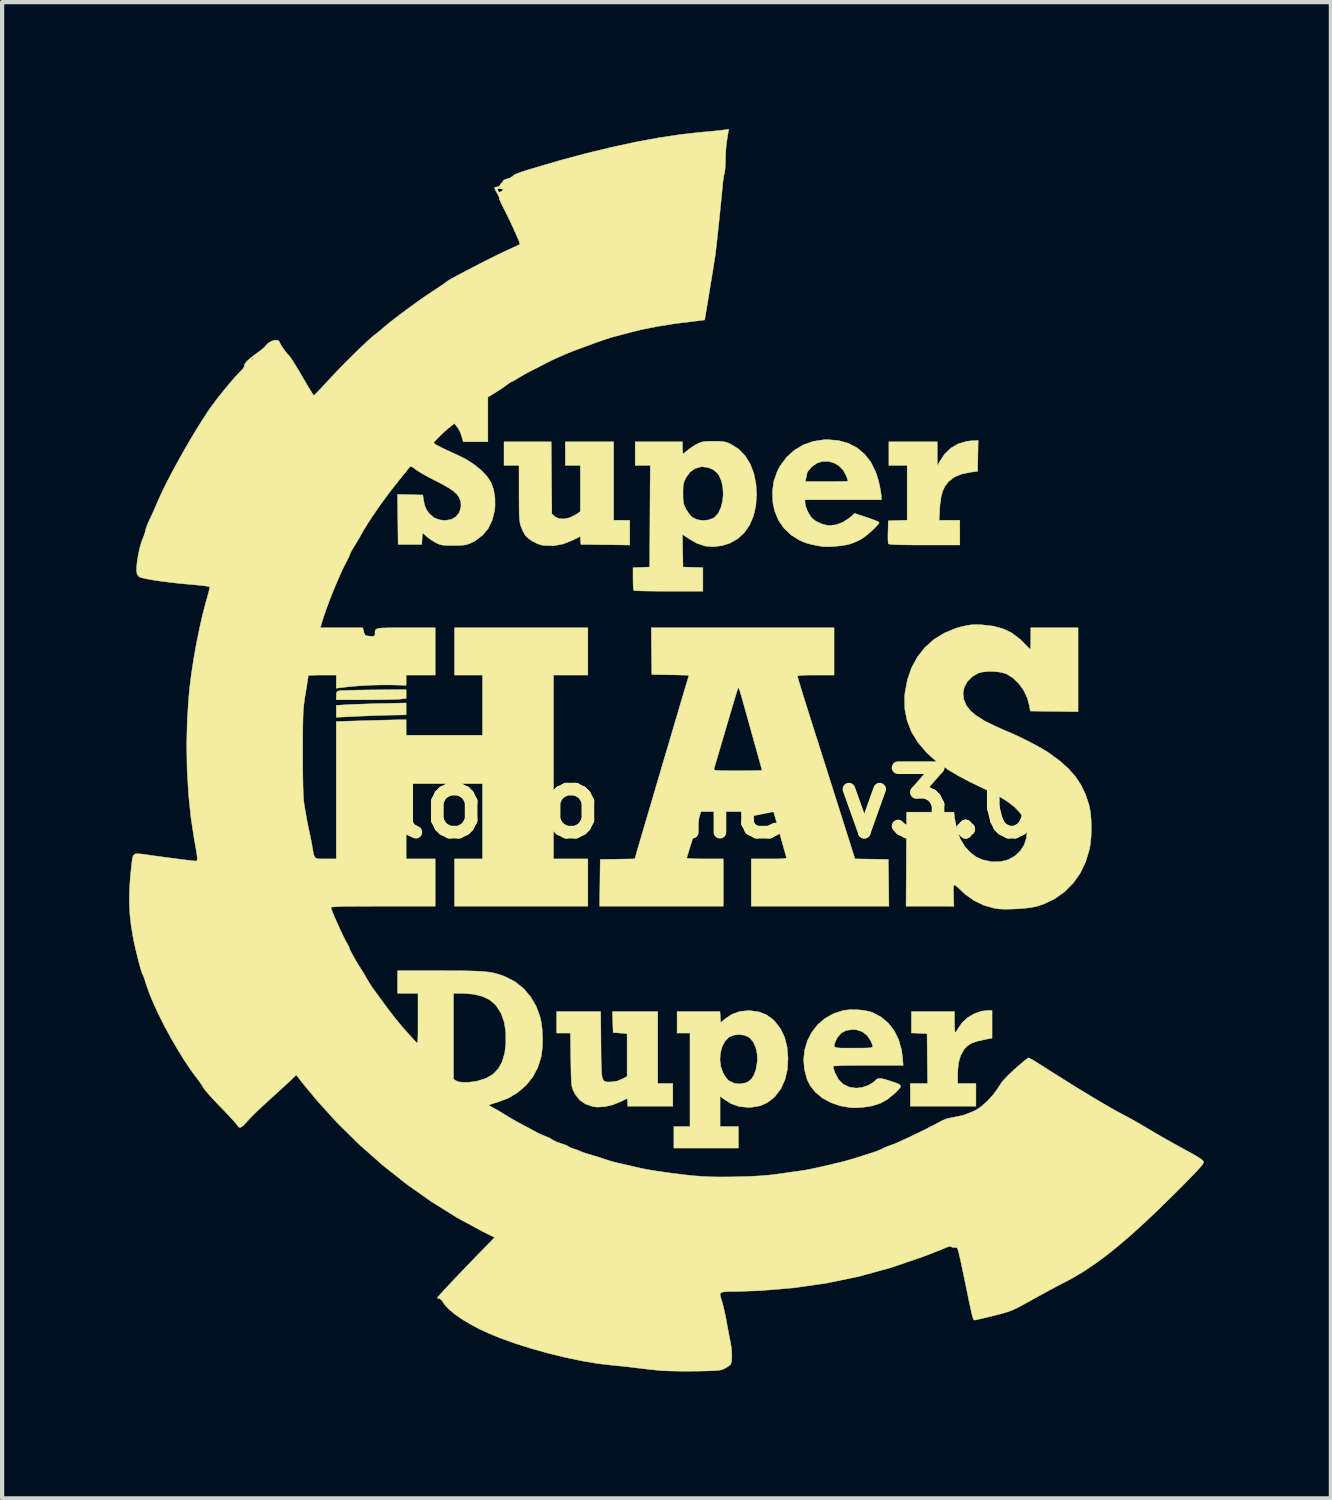
<source format=kicad_pcb>
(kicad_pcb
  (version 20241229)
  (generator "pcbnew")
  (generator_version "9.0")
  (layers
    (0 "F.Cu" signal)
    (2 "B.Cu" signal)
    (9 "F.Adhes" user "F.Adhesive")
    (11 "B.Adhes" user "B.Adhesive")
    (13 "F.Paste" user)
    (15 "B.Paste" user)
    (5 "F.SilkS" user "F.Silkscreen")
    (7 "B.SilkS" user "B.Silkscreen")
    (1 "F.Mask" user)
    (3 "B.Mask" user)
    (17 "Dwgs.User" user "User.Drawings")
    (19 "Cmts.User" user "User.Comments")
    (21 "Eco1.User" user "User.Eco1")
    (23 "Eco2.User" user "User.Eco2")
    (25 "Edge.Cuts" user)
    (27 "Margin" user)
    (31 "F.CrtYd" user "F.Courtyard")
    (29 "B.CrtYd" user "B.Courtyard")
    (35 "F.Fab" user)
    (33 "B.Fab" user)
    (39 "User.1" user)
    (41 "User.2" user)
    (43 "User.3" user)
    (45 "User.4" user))
  (footprint "logo me v3.0"
    (layer "F.Cu")
    (at 13.887 15.922)
    (property "Reference" "logo me v3.0" (at 0 0 0) (layer "F.SilkS") (effects (font (size 1.524 1.524) (thickness 0.3))))
    (attr through_hole)
    (fp_poly (pts (xy -7.341 -2.083) (xy -7.499 -2.08) (xy -7.804 -2.074) (xy -8.102 -2.065) (xy -8.416 -2.052) (xy -8.566 -2.045) (xy -8.992 -2.025) (xy -8.992 -2.307) (xy -8.757 -2.322) (xy -8.661 -2.327) (xy -8.525 -2.332) (xy -8.362 -2.338) (xy -8.181 -2.344) (xy -7.995 -2.349) (xy -7.931 -2.35) (xy -7.341 -2.363) (xy -7.341 -2.083)) (stroke (width 0.01) (type solid)) (fill yes) (layer "F.SilkS"))
    (fp_poly (pts (xy -7.341 -2.575) (xy -7.341 -2.471) (xy -7.474 -2.455) (xy -7.535 -2.451) (xy -7.639 -2.447) (xy -7.776 -2.443) (xy -7.94 -2.441) (xy -8.121 -2.439) (xy -8.299 -2.439) (xy -8.992 -2.438) (xy -8.992 -2.539) (xy -8.988 -2.604) (xy -8.969 -2.636) (xy -8.922 -2.651) (xy -8.909 -2.653) (xy -8.863 -2.656) (xy -8.773 -2.66) (xy -8.647 -2.664) (xy -8.492 -2.667) (xy -8.315 -2.67) (xy -8.124 -2.673) (xy -8.084 -2.673) (xy -7.341 -2.68) (xy -7.341 -2.575)) (stroke (width 0.01) (type solid)) (fill yes) (layer "F.SilkS"))
    (fp_poly (pts (xy 6.502 5.555) (xy 6.302 5.594) (xy 6.139 5.632) (xy 6.017 5.677) (xy 5.925 5.734) (xy 5.852 5.807) (xy 5.839 5.825) (xy 5.761 5.964) (xy 5.712 6.129) (xy 5.691 6.328) (xy 5.69 6.405) (xy 5.69 6.629) (xy 6.121 6.629) (xy 6.121 7.163) (xy 4.572 7.163) (xy 4.572 6.629) (xy 4.979 6.629) (xy 4.966 5.448) (xy 4.597 5.433) (xy 4.597 4.928) (xy 5.613 4.928) (xy 5.613 5.165) (xy 5.615 5.27) (xy 5.619 5.355) (xy 5.626 5.407) (xy 5.63 5.418) (xy 5.649 5.408) (xy 5.68 5.363) (xy 5.696 5.334) (xy 5.791 5.194) (xy 5.923 5.073) (xy 6.08 4.979) (xy 6.248 4.919) (xy 6.391 4.902) (xy 6.502 4.902) (xy 6.502 5.555)) (stroke (width 0.01) (type solid)) (fill yes) (layer "F.SilkS"))
    (fp_poly (pts (xy 6.167 -8.201) (xy 6.16 -7.836) (xy 6 -7.816) (xy 5.789 -7.774) (xy 5.617 -7.703) (xy 5.483 -7.602) (xy 5.465 -7.583) (xy 5.39 -7.485) (xy 5.335 -7.37) (xy 5.297 -7.229) (xy 5.273 -7.053) (xy 5.265 -6.941) (xy 5.251 -6.68) (xy 5.74 -6.68) (xy 5.74 -6.096) (xy 4.901 -6.096) (xy 4.664 -6.096) (xy 4.474 -6.098) (xy 4.325 -6.1) (xy 4.213 -6.103) (xy 4.134 -6.108) (xy 4.083 -6.115) (xy 4.057 -6.123) (xy 4.05 -6.13) (xy 4.045 -6.168) (xy 4.042 -6.245) (xy 4.042 -6.347) (xy 4.044 -6.415) (xy 4.051 -6.668) (xy 4.496 -6.682) (xy 4.496 -7.976) (xy 4.064 -7.976) (xy 4.064 -8.534) (xy 5.207 -8.534) (xy 5.208 -8.249) (xy 5.209 -7.963) (xy 5.263 -8.065) (xy 5.384 -8.247) (xy 5.535 -8.39) (xy 5.71 -8.49) (xy 5.908 -8.546) (xy 6 -8.556) (xy 6.174 -8.566) (xy 6.167 -8.201)) (stroke (width 0.01) (type solid)) (fill yes) (layer "F.SilkS"))
    (fp_poly (pts (xy -3.907 -7.681) (xy -3.899 -6.828) (xy -3.828 -6.767) (xy -3.737 -6.721) (xy -3.623 -6.711) (xy -3.494 -6.736) (xy -3.362 -6.794) (xy -3.3 -6.834) (xy -3.226 -6.887) (xy -3.226 -7.976) (xy -3.581 -7.976) (xy -3.581 -8.534) (xy -2.438 -8.534) (xy -2.438 -6.68) (xy -2.057 -6.68) (xy -2.057 -6.095) (xy -2.635 -6.102) (xy -3.213 -6.109) (xy -3.221 -6.204) (xy -3.229 -6.298) (xy -3.399 -6.213) (xy -3.627 -6.121) (xy -3.849 -6.078) (xy -4.071 -6.083) (xy -4.143 -6.094) (xy -4.244 -6.128) (xy -4.355 -6.184) (xy -4.455 -6.253) (xy -4.518 -6.314) (xy -4.557 -6.375) (xy -4.599 -6.462) (xy -4.622 -6.518) (xy -4.638 -6.564) (xy -4.65 -6.613) (xy -4.659 -6.669) (xy -4.666 -6.742) (xy -4.67 -6.838) (xy -4.672 -6.963) (xy -4.673 -7.126) (xy -4.674 -7.316) (xy -4.674 -7.976) (xy -5.029 -7.976) (xy -5.029 -8.534) (xy -3.914 -8.534) (xy -3.907 -7.681)) (stroke (width 0.01) (type solid)) (fill yes) (layer "F.SilkS"))
    (fp_poly (pts (xy -2.738 5.714) (xy -2.736 5.948) (xy -2.733 6.137) (xy -2.729 6.284) (xy -2.721 6.396) (xy -2.71 6.476) (xy -2.692 6.531) (xy -2.668 6.565) (xy -2.635 6.583) (xy -2.593 6.59) (xy -2.54 6.591) (xy -2.507 6.591) (xy -2.362 6.572) (xy -2.247 6.526) (xy -2.121 6.461) (xy -2.121 5.448) (xy -2.451 5.423) (xy -2.466 4.928) (xy -1.397 4.928) (xy -1.397 6.629) (xy -1.041 6.629) (xy -1.041 7.163) (xy -2.108 7.163) (xy -2.108 7.074) (xy -2.112 7.015) (xy -2.12 6.986) (xy -2.122 6.985) (xy -2.15 6.996) (xy -2.209 7.023) (xy -2.28 7.058) (xy -2.463 7.132) (xy -2.65 7.175) (xy -2.827 7.185) (xy -2.934 7.171) (xy -3.105 7.112) (xy -3.241 7.018) (xy -3.345 6.885) (xy -3.371 6.836) (xy -3.393 6.791) (xy -3.41 6.75) (xy -3.423 6.706) (xy -3.432 6.651) (xy -3.438 6.579) (xy -3.443 6.483) (xy -3.446 6.354) (xy -3.449 6.187) (xy -3.451 6.064) (xy -3.46 5.436) (xy -3.785 5.436) (xy -3.785 4.928) (xy -2.745 4.928) (xy -2.738 5.714)) (stroke (width 0.01) (type solid)) (fill yes) (layer "F.SilkS"))
    (fp_poly (pts (xy 0.8 4.908) (xy 1 4.937) (xy 1.171 5.004) (xy 1.322 5.113) (xy 1.368 5.158) (xy 1.504 5.334) (xy 1.601 5.537) (xy 1.66 5.77) (xy 1.681 6.033) (xy 1.665 6.301) (xy 1.608 6.54) (xy 1.513 6.75) (xy 1.378 6.929) (xy 1.342 6.965) (xy 1.191 7.08) (xy 1.024 7.154) (xy 0.831 7.188) (xy 0.731 7.192) (xy 0.528 7.171) (xy 0.342 7.107) (xy 0.165 6.996) (xy 0.076 6.928) (xy 0.076 7.645) (xy 0.508 7.645) (xy 0.508 8.153) (xy -1.016 8.153) (xy -1.016 7.645) (xy -0.635 7.645) (xy -0.635 6.069) (xy 0.073 6.069) (xy 0.093 6.228) (xy 0.146 6.375) (xy 0.146 6.376) (xy 0.196 6.459) (xy 0.25 6.53) (xy 0.283 6.561) (xy 0.405 6.62) (xy 0.541 6.638) (xy 0.674 6.614) (xy 0.737 6.586) (xy 0.814 6.524) (xy 0.872 6.436) (xy 0.919 6.311) (xy 0.93 6.269) (xy 0.957 6.098) (xy 0.952 5.929) (xy 0.918 5.774) (xy 0.857 5.642) (xy 0.772 5.545) (xy 0.759 5.535) (xy 0.653 5.487) (xy 0.526 5.47) (xy 0.399 5.484) (xy 0.29 5.53) (xy 0.283 5.535) (xy 0.191 5.629) (xy 0.124 5.758) (xy 0.084 5.908) (xy 0.073 6.069) (xy -0.635 6.069) (xy -0.635 5.436) (xy -0.94 5.436) (xy -0.94 4.928) (xy 0.074 4.928) (xy 0.081 5.058) (xy 0.089 5.189) (xy 0.197 5.098) (xy 0.36 4.99) (xy 0.539 4.926) (xy 0.74 4.906) (xy 0.8 4.908)) (stroke (width 0.01) (type solid)) (fill yes) (layer "F.SilkS"))
    (fp_poly (pts (xy 0.049 -8.546) (xy 0.139 -8.54) (xy 0.208 -8.527) (xy 0.272 -8.505) (xy 0.335 -8.476) (xy 0.517 -8.359) (xy 0.668 -8.204) (xy 0.787 -8.012) (xy 0.873 -7.789) (xy 0.924 -7.535) (xy 0.939 -7.29) (xy 0.92 -7.021) (xy 0.864 -6.779) (xy 0.773 -6.567) (xy 0.649 -6.388) (xy 0.493 -6.244) (xy 0.309 -6.139) (xy 0.121 -6.08) (xy -0.089 -6.054) (xy -0.283 -6.071) (xy -0.469 -6.134) (xy -0.647 -6.235) (xy -0.814 -6.346) (xy -0.8 -5.575) (xy -0.33 -5.561) (xy -0.33 -5.004) (xy -1.139 -5.004) (xy -1.337 -5.004) (xy -1.518 -5.006) (xy -1.677 -5.008) (xy -1.806 -5.011) (xy -1.901 -5.015) (xy -1.955 -5.018) (xy -1.964 -5.021) (xy -1.971 -5.052) (xy -1.977 -5.122) (xy -1.98 -5.22) (xy -1.981 -5.299) (xy -1.981 -5.56) (xy -1.587 -5.575) (xy -1.581 -6.775) (xy -1.578 -7.315) (xy -0.8 -7.315) (xy -0.799 -7.198) (xy -0.792 -7.114) (xy -0.778 -7.05) (xy -0.751 -6.988) (xy -0.724 -6.936) (xy -0.671 -6.853) (xy -0.615 -6.782) (xy -0.579 -6.748) (xy -0.47 -6.696) (xy -0.34 -6.675) (xy -0.206 -6.686) (xy -0.088 -6.728) (xy -0.055 -6.75) (xy 0.03 -6.842) (xy 0.093 -6.97) (xy 0.133 -7.121) (xy 0.15 -7.284) (xy 0.142 -7.449) (xy 0.11 -7.604) (xy 0.052 -7.737) (xy 0.012 -7.794) (xy -0.087 -7.876) (xy -0.211 -7.928) (xy -0.343 -7.944) (xy -0.386 -7.94) (xy -0.522 -7.899) (xy -0.631 -7.821) (xy -0.72 -7.701) (xy -0.726 -7.69) (xy -0.761 -7.622) (xy -0.783 -7.561) (xy -0.795 -7.492) (xy -0.8 -7.399) (xy -0.8 -7.315) (xy -1.578 -7.315) (xy -1.574 -7.976) (xy -1.93 -7.976) (xy -1.93 -8.534) (xy -0.813 -8.534) (xy -0.813 -8.395) (xy -0.81 -8.318) (xy -0.804 -8.267) (xy -0.797 -8.255) (xy -0.77 -8.27) (xy -0.721 -8.309) (xy -0.695 -8.331) (xy -0.62 -8.388) (xy -0.527 -8.448) (xy -0.475 -8.477) (xy -0.41 -8.509) (xy -0.351 -8.53) (xy -0.283 -8.541) (xy -0.192 -8.546) (xy -0.076 -8.547) (xy 0.049 -8.546)) (stroke (width 0.01) (type solid)) (fill yes) (layer "F.SilkS"))
    (fp_poly (pts (xy 3.324 4.884) (xy 3.499 4.904) (xy 3.651 4.941) (xy 3.683 4.952) (xy 3.884 5.059) (xy 4.054 5.204) (xy 4.193 5.385) (xy 4.297 5.598) (xy 4.364 5.84) (xy 4.387 6.013) (xy 4.402 6.198) (xy 3.572 6.198) (xy 3.336 6.198) (xy 3.135 6.2) (xy 2.972 6.204) (xy 2.85 6.209) (xy 2.773 6.214) (xy 2.743 6.221) (xy 2.743 6.222) (xy 2.752 6.258) (xy 2.773 6.324) (xy 2.794 6.382) (xy 2.874 6.532) (xy 2.984 6.642) (xy 3.123 6.711) (xy 3.289 6.736) (xy 3.301 6.736) (xy 3.439 6.718) (xy 3.577 6.671) (xy 3.695 6.601) (xy 3.744 6.556) (xy 3.78 6.524) (xy 3.821 6.508) (xy 3.878 6.509) (xy 3.959 6.526) (xy 4.075 6.561) (xy 4.134 6.581) (xy 4.247 6.619) (xy 4.316 6.651) (xy 4.343 6.684) (xy 4.329 6.727) (xy 4.276 6.788) (xy 4.185 6.875) (xy 4.028 7.003) (xy 3.86 7.095) (xy 3.671 7.156) (xy 3.45 7.191) (xy 3.391 7.196) (xy 3.29 7.2) (xy 3.196 7.2) (xy 3.15 7.197) (xy 2.907 7.154) (xy 2.685 7.076) (xy 2.49 6.968) (xy 2.326 6.831) (xy 2.201 6.672) (xy 2.133 6.533) (xy 2.069 6.296) (xy 2.05 6.059) (xy 2.075 5.83) (xy 2.108 5.723) (xy 2.77 5.723) (xy 2.774 5.753) (xy 2.801 5.773) (xy 2.857 5.785) (xy 2.947 5.79) (xy 3.077 5.791) (xy 3.226 5.791) (xy 3.39 5.791) (xy 3.511 5.789) (xy 3.594 5.785) (xy 3.645 5.779) (xy 3.673 5.769) (xy 3.683 5.756) (xy 3.683 5.752) (xy 3.668 5.691) (xy 3.63 5.61) (xy 3.578 5.529) (xy 3.547 5.49) (xy 3.435 5.403) (xy 3.298 5.358) (xy 3.213 5.352) (xy 3.063 5.372) (xy 2.944 5.431) (xy 2.853 5.533) (xy 2.808 5.62) (xy 2.783 5.679) (xy 2.77 5.723) (xy 2.108 5.723) (xy 2.141 5.613) (xy 2.244 5.414) (xy 2.382 5.238) (xy 2.553 5.091) (xy 2.752 4.978) (xy 2.977 4.904) (xy 2.992 4.901) (xy 3.148 4.882) (xy 3.324 4.884)) (stroke (width 0.01) (type solid)) (fill yes) (layer "F.SilkS"))
    (fp_poly (pts (xy 2.877 -8.563) (xy 3.11 -8.497) (xy 3.316 -8.389) (xy 3.493 -8.24) (xy 3.639 -8.052) (xy 3.751 -7.826) (xy 3.781 -7.742) (xy 3.817 -7.616) (xy 3.849 -7.48) (xy 3.873 -7.352) (xy 3.885 -7.248) (xy 3.886 -7.222) (xy 3.886 -7.163) (xy 2.083 -7.163) (xy 2.083 -7.093) (xy 2.098 -7.011) (xy 2.136 -6.91) (xy 2.188 -6.811) (xy 2.243 -6.734) (xy 2.336 -6.661) (xy 2.458 -6.601) (xy 2.59 -6.563) (xy 2.68 -6.554) (xy 2.826 -6.575) (xy 2.98 -6.636) (xy 3.125 -6.729) (xy 3.16 -6.758) (xy 3.256 -6.842) (xy 3.546 -6.747) (xy 3.658 -6.708) (xy 3.75 -6.673) (xy 3.812 -6.645) (xy 3.835 -6.628) (xy 3.835 -6.628) (xy 3.817 -6.593) (xy 3.767 -6.535) (xy 3.696 -6.464) (xy 3.612 -6.388) (xy 3.526 -6.316) (xy 3.446 -6.257) (xy 3.402 -6.229) (xy 3.297 -6.177) (xy 3.181 -6.131) (xy 3.116 -6.111) (xy 3.016 -6.091) (xy 2.891 -6.074) (xy 2.758 -6.061) (xy 2.632 -6.055) (xy 2.53 -6.056) (xy 2.489 -6.06) (xy 2.334 -6.088) (xy 2.216 -6.114) (xy 2.122 -6.139) (xy 2.042 -6.168) (xy 1.961 -6.205) (xy 1.958 -6.206) (xy 1.753 -6.332) (xy 1.584 -6.494) (xy 1.453 -6.685) (xy 1.364 -6.903) (xy 1.324 -7.095) (xy 1.313 -7.362) (xy 1.345 -7.595) (xy 2.088 -7.595) (xy 2.593 -7.595) (xy 2.747 -7.595) (xy 2.883 -7.596) (xy 2.991 -7.598) (xy 3.065 -7.601) (xy 3.098 -7.604) (xy 3.099 -7.604) (xy 3.091 -7.632) (xy 3.072 -7.69) (xy 3.06 -7.724) (xy 2.989 -7.86) (xy 2.888 -7.965) (xy 2.766 -8.036) (xy 2.632 -8.072) (xy 2.495 -8.071) (xy 2.363 -8.029) (xy 2.246 -7.946) (xy 2.225 -7.924) (xy 2.174 -7.864) (xy 2.14 -7.819) (xy 2.133 -7.804) (xy 2.127 -7.769) (xy 2.114 -7.706) (xy 2.11 -7.69) (xy 2.088 -7.595) (xy 1.345 -7.595) (xy 1.347 -7.608) (xy 1.428 -7.838) (xy 1.491 -7.958) (xy 1.644 -8.165) (xy 1.827 -8.333) (xy 2.038 -8.46) (xy 2.273 -8.544) (xy 2.529 -8.583) (xy 2.618 -8.585) (xy 2.877 -8.563)) (stroke (width 0.01) (type solid)) (fill yes) (layer "F.SilkS"))
    (fp_poly (pts (xy 6.254 -4.21) (xy 6.274 -4.209) (xy 6.536 -4.179) (xy 6.766 -4.116) (xy 6.969 -4.017) (xy 7.154 -3.877) (xy 7.241 -3.793) (xy 7.311 -3.721) (xy 7.367 -3.666) (xy 7.401 -3.636) (xy 7.406 -3.632) (xy 7.411 -3.656) (xy 7.414 -3.719) (xy 7.416 -3.812) (xy 7.417 -3.886) (xy 7.417 -4.14) (xy 8.534 -4.14) (xy 8.534 -2.158) (xy 7.97 -2.165) (xy 7.405 -2.172) (xy 7.384 -2.299) (xy 7.333 -2.486) (xy 7.247 -2.664) (xy 7.133 -2.822) (xy 6.999 -2.952) (xy 6.852 -3.044) (xy 6.8 -3.065) (xy 6.681 -3.093) (xy 6.54 -3.108) (xy 6.395 -3.107) (xy 6.265 -3.093) (xy 6.169 -3.066) (xy 6.028 -2.981) (xy 5.919 -2.869) (xy 5.846 -2.74) (xy 5.818 -2.602) (xy 5.817 -2.591) (xy 5.835 -2.443) (xy 5.891 -2.308) (xy 5.987 -2.183) (xy 6.128 -2.063) (xy 6.315 -1.947) (xy 6.439 -1.883) (xy 6.562 -1.824) (xy 6.681 -1.769) (xy 6.783 -1.723) (xy 6.845 -1.697) (xy 6.991 -1.635) (xy 7.159 -1.557) (xy 7.337 -1.469) (xy 7.512 -1.378) (xy 7.672 -1.289) (xy 7.803 -1.211) (xy 7.848 -1.181) (xy 8.1 -0.996) (xy 8.306 -0.812) (xy 8.474 -0.622) (xy 8.608 -0.418) (xy 8.714 -0.193) (xy 8.793 0.047) (xy 8.823 0.198) (xy 8.842 0.382) (xy 8.848 0.584) (xy 8.842 0.787) (xy 8.823 0.976) (xy 8.804 1.088) (xy 8.715 1.387) (xy 8.586 1.656) (xy 8.42 1.893) (xy 8.218 2.096) (xy 7.983 2.262) (xy 7.716 2.39) (xy 7.569 2.439) (xy 7.458 2.463) (xy 7.313 2.483) (xy 7.148 2.498) (xy 6.977 2.506) (xy 6.815 2.509) (xy 6.674 2.504) (xy 6.568 2.491) (xy 6.566 2.49) (xy 6.304 2.415) (xy 6.075 2.305) (xy 5.868 2.157) (xy 5.771 2.067) (xy 5.684 1.985) (xy 5.627 1.942) (xy 5.6 1.939) (xy 5.598 1.942) (xy 5.593 1.982) (xy 5.59 2.059) (xy 5.591 2.159) (xy 5.592 2.208) (xy 5.601 2.439) (xy 4.47 2.438) (xy 4.483 0.216) (xy 5.6 0.216) (xy 5.619 0.367) (xy 5.669 0.625) (xy 5.749 0.846) (xy 5.861 1.032) (xy 5.986 1.168) (xy 6.125 1.273) (xy 6.278 1.342) (xy 6.459 1.382) (xy 6.517 1.389) (xy 6.709 1.385) (xy 6.885 1.338) (xy 7.039 1.254) (xy 7.166 1.137) (xy 7.26 0.993) (xy 7.314 0.825) (xy 7.327 0.687) (xy 7.309 0.527) (xy 7.257 0.378) (xy 7.168 0.236) (xy 7.039 0.1) (xy 6.868 -0.033) (xy 6.653 -0.166) (xy 6.391 -0.301) (xy 6.303 -0.342) (xy 5.985 -0.495) (xy 5.71 -0.64) (xy 5.473 -0.781) (xy 5.267 -0.923) (xy 5.087 -1.069) (xy 4.953 -1.195) (xy 4.752 -1.43) (xy 4.599 -1.679) (xy 4.496 -1.941) (xy 4.441 -2.216) (xy 4.436 -2.506) (xy 4.444 -2.603) (xy 4.503 -2.915) (xy 4.602 -3.199) (xy 4.741 -3.454) (xy 4.917 -3.676) (xy 5.128 -3.864) (xy 5.374 -4.016) (xy 5.652 -4.13) (xy 5.779 -4.166) (xy 5.902 -4.194) (xy 6.008 -4.209) (xy 6.118 -4.214) (xy 6.254 -4.21)) (stroke (width 0.01) (type solid)) (fill yes) (layer "F.SilkS"))
    (fp_poly (pts (xy 2.769 -3.023) (xy 2.337 -3.023) (xy 2.171 -3.022) (xy 2.05 -3.019) (xy 1.969 -3.013) (xy 1.923 -3.005) (xy 1.905 -2.993) (xy 1.905 -2.991) (xy 1.912 -2.96) (xy 1.934 -2.887) (xy 1.968 -2.775) (xy 2.012 -2.63) (xy 2.066 -2.457) (xy 2.127 -2.261) (xy 2.195 -2.047) (xy 2.244 -1.892) (xy 2.333 -1.612) (xy 2.433 -1.298) (xy 2.539 -0.964) (xy 2.647 -0.624) (xy 2.752 -0.292) (xy 2.851 0.018) (xy 2.923 0.247) (xy 3.263 1.32) (xy 4.051 1.333) (xy 4.065 2.438) (xy 0.813 2.438) (xy 0.813 1.321) (xy 1.234 1.321) (xy 1.389 1.32) (xy 1.5 1.319) (xy 1.574 1.315) (xy 1.618 1.309) (xy 1.639 1.299) (xy 1.643 1.285) (xy 1.641 1.276) (xy 1.63 1.239) (xy 1.608 1.161) (xy 1.577 1.05) (xy 1.539 0.915) (xy 1.496 0.762) (xy 1.484 0.718) (xy 1.34 0.203) (xy -0.377 0.203) (xy -0.419 0.348) (xy -0.442 0.423) (xy -0.476 0.534) (xy -0.518 0.669) (xy -0.563 0.815) (xy -0.586 0.888) (xy -0.628 1.022) (xy -0.664 1.138) (xy -0.692 1.23) (xy -0.708 1.287) (xy -0.711 1.302) (xy -0.687 1.308) (xy -0.621 1.313) (xy -0.52 1.318) (xy -0.393 1.32) (xy -0.279 1.321) (xy 0.152 1.321) (xy 0.152 2.438) (xy -2.77 2.438) (xy -2.763 1.886) (xy -2.756 1.333) (xy -2.346 1.327) (xy -1.936 1.32) (xy -1.911 1.225) (xy -1.896 1.172) (xy -1.87 1.08) (xy -1.834 0.957) (xy -1.791 0.811) (xy -1.744 0.652) (xy -1.732 0.61) (xy -1.673 0.412) (xy -1.608 0.19) (xy -1.541 -0.037) (xy -1.479 -0.249) (xy -1.436 -0.394) (xy -1.382 -0.577) (xy -1.323 -0.777) (xy -1.319 -0.792) (xy -0.068 -0.792) (xy -0.058 -0.781) (xy -0.031 -0.773) (xy 0.019 -0.768) (xy 0.099 -0.765) (xy 0.213 -0.763) (xy 0.368 -0.762) (xy 0.494 -0.762) (xy 0.658 -0.762) (xy 0.804 -0.764) (xy 0.925 -0.766) (xy 1.012 -0.768) (xy 1.06 -0.771) (xy 1.067 -0.772) (xy 1.06 -0.799) (xy 1.042 -0.867) (xy 1.014 -0.969) (xy 0.978 -1.097) (xy 0.937 -1.245) (xy 0.926 -1.287) (xy 0.871 -1.481) (xy 0.811 -1.697) (xy 0.75 -1.917) (xy 0.693 -2.121) (xy 0.658 -2.247) (xy 0.611 -2.415) (xy 0.575 -2.541) (xy 0.549 -2.628) (xy 0.53 -2.683) (xy 0.516 -2.712) (xy 0.507 -2.72) (xy 0.5 -2.716) (xy 0.491 -2.689) (xy 0.47 -2.622) (xy 0.439 -2.521) (xy 0.401 -2.396) (xy 0.361 -2.261) (xy 0.319 -2.119) (xy 0.271 -1.957) (xy 0.219 -1.781) (xy 0.166 -1.6) (xy 0.113 -1.42) (xy 0.063 -1.249) (xy 0.018 -1.096) (xy -0.02 -0.967) (xy -0.049 -0.87) (xy -0.065 -0.812) (xy -0.067 -0.806) (xy -0.068 -0.792) (xy -1.319 -0.792) (xy -1.265 -0.975) (xy -1.212 -1.153) (xy -1.181 -1.257) (xy -1.138 -1.402) (xy -1.085 -1.581) (xy -1.027 -1.779) (xy -0.967 -1.981) (xy -0.91 -2.174) (xy -0.903 -2.197) (xy -0.854 -2.366) (xy -0.806 -2.526) (xy -0.764 -2.668) (xy -0.73 -2.783) (xy -0.706 -2.862) (xy -0.7 -2.883) (xy -0.678 -2.955) (xy -0.664 -3.004) (xy -0.661 -3.016) (xy -0.685 -3.018) (xy -0.751 -3.021) (xy -0.852 -3.023) (xy -0.979 -3.026) (xy -1.099 -3.028) (xy -1.537 -3.035) (xy -1.544 -3.588) (xy -1.55 -4.14) (xy 2.769 -4.14) (xy 2.769 -3.023)) (stroke (width 0.01) (type solid)) (fill yes) (layer "F.SilkS"))
    (fp_poly (pts (xy 0.267 -15.839) (xy 0.256 -15.77) (xy 0.241 -15.676) (xy 0.23 -15.608) (xy 0.219 -15.514) (xy 0.21 -15.389) (xy 0.205 -15.256) (xy 0.204 -15.197) (xy 0.201 -15.079) (xy 0.194 -14.975) (xy 0.184 -14.897) (xy 0.177 -14.87) (xy 0.164 -14.817) (xy 0.15 -14.728) (xy 0.137 -14.615) (xy 0.128 -14.519) (xy 0.119 -14.419) (xy 0.106 -14.285) (xy 0.09 -14.125) (xy 0.072 -13.948) (xy 0.053 -13.763) (xy 0.033 -13.577) (xy 0.014 -13.399) (xy -0.003 -13.238) (xy -0.019 -13.103) (xy -0.031 -13.001) (xy -0.038 -12.941) (xy -0.05 -12.866) (xy -0.068 -12.757) (xy -0.089 -12.621) (xy -0.114 -12.466) (xy -0.142 -12.299) (xy -0.17 -12.128) (xy -0.197 -11.959) (xy -0.223 -11.801) (xy -0.246 -11.661) (xy -0.266 -11.545) (xy -0.28 -11.462) (xy -0.287 -11.418) (xy -0.288 -11.413) (xy -0.313 -11.409) (xy -0.378 -11.401) (xy -0.472 -11.389) (xy -0.546 -11.381) (xy -0.993 -11.325) (xy -1.395 -11.261) (xy -1.75 -11.191) (xy -1.994 -11.132) (xy -2.125 -11.097) (xy -2.256 -11.063) (xy -2.369 -11.033) (xy -2.426 -11.019) (xy -2.52 -10.992) (xy -2.651 -10.949) (xy -2.822 -10.89) (xy -3.034 -10.813) (xy -3.291 -10.718) (xy -3.389 -10.681) (xy -3.516 -10.63) (xy -3.662 -10.568) (xy -3.81 -10.502) (xy -3.942 -10.439) (xy -4.026 -10.396) (xy -4.082 -10.367) (xy -4.17 -10.322) (xy -4.273 -10.27) (xy -4.323 -10.245) (xy -4.44 -10.185) (xy -4.558 -10.12) (xy -4.658 -10.062) (xy -4.684 -10.046) (xy -4.759 -10) (xy -4.817 -9.968) (xy -4.844 -9.957) (xy -4.874 -9.942) (xy -4.929 -9.905) (xy -4.971 -9.874) (xy -5.049 -9.818) (xy -5.149 -9.751) (xy -5.244 -9.69) (xy -5.41 -9.589) (xy -5.41 -8.534) (xy -5.991 -8.534) (xy -6.031 -8.672) (xy -6.066 -8.767) (xy -6.112 -8.853) (xy -6.137 -8.888) (xy -6.202 -8.966) (xy -6.27 -8.914) (xy -6.35 -8.848) (xy -6.437 -8.772) (xy -6.522 -8.693) (xy -6.597 -8.619) (xy -6.655 -8.557) (xy -6.687 -8.516) (xy -6.69 -8.505) (xy -6.659 -8.48) (xy -6.589 -8.44) (xy -6.488 -8.388) (xy -6.367 -8.33) (xy -6.231 -8.268) (xy -6.162 -8.238) (xy -5.939 -8.128) (xy -5.736 -7.998) (xy -5.562 -7.857) (xy -5.424 -7.708) (xy -5.336 -7.574) (xy -5.276 -7.41) (xy -5.243 -7.218) (xy -5.241 -7.013) (xy -5.251 -6.91) (xy -5.307 -6.684) (xy -5.401 -6.489) (xy -5.534 -6.327) (xy -5.705 -6.198) (xy -5.78 -6.158) (xy -5.85 -6.126) (xy -5.912 -6.105) (xy -5.979 -6.093) (xy -6.066 -6.087) (xy -6.186 -6.085) (xy -6.223 -6.084) (xy -6.353 -6.085) (xy -6.445 -6.089) (xy -6.513 -6.099) (xy -6.569 -6.116) (xy -6.627 -6.143) (xy -6.644 -6.151) (xy -6.734 -6.205) (xy -6.821 -6.267) (xy -6.856 -6.297) (xy -6.908 -6.344) (xy -6.942 -6.372) (xy -6.948 -6.375) (xy -6.954 -6.352) (xy -6.961 -6.294) (xy -6.965 -6.242) (xy -6.972 -6.109) (xy -7.531 -6.109) (xy -7.538 -6.7) (xy -7.545 -7.291) (xy -7.246 -7.284) (xy -6.947 -7.277) (xy -6.931 -7.163) (xy -6.904 -7.033) (xy -6.862 -6.932) (xy -6.795 -6.839) (xy -6.782 -6.824) (xy -6.676 -6.736) (xy -6.544 -6.688) (xy -6.416 -6.676) (xy -6.28 -6.698) (xy -6.169 -6.759) (xy -6.09 -6.854) (xy -6.049 -6.976) (xy -6.045 -7.034) (xy -6.054 -7.129) (xy -6.085 -7.214) (xy -6.141 -7.294) (xy -6.228 -7.373) (xy -6.351 -7.455) (xy -6.514 -7.546) (xy -6.641 -7.611) (xy -6.774 -7.679) (xy -6.901 -7.748) (xy -7.012 -7.813) (xy -7.092 -7.864) (xy -7.107 -7.875) (xy -7.178 -7.927) (xy -7.22 -7.95) (xy -7.246 -7.95) (xy -7.267 -7.929) (xy -7.269 -7.926) (xy -7.296 -7.891) (xy -7.348 -7.825) (xy -7.421 -7.735) (xy -7.507 -7.628) (xy -7.567 -7.553) (xy -7.706 -7.376) (xy -7.851 -7.182) (xy -7.996 -6.98) (xy -8.132 -6.782) (xy -8.254 -6.596) (xy -8.353 -6.434) (xy -8.393 -6.363) (xy -8.453 -6.256) (xy -8.518 -6.146) (xy -8.572 -6.058) (xy -8.621 -5.977) (xy -8.659 -5.904) (xy -8.673 -5.867) (xy -8.695 -5.813) (xy -8.734 -5.732) (xy -8.778 -5.648) (xy -8.838 -5.53) (xy -8.909 -5.375) (xy -8.987 -5.194) (xy -9.068 -4.999) (xy -9.147 -4.8) (xy -9.218 -4.609) (xy -9.279 -4.436) (xy -9.323 -4.299) (xy -9.369 -4.14) (xy -8.366 -4.14) (xy -8.342 -4.045) (xy -8.325 -3.987) (xy -8.299 -3.958) (xy -8.248 -3.946) (xy -8.198 -3.942) (xy -8.125 -3.939) (xy -8.09 -3.948) (xy -8.078 -3.973) (xy -8.077 -3.997) (xy -8.077 -4.039) (xy -8.074 -4.071) (xy -8.061 -4.096) (xy -8.034 -4.114) (xy -7.988 -4.126) (xy -7.915 -4.134) (xy -7.812 -4.138) (xy -7.673 -4.14) (xy -7.492 -4.14) (xy -7.351 -4.14) (xy -6.655 -4.14) (xy -6.655 -3.023) (xy -7.341 -3.023) (xy -7.341 -2.902) (xy -7.341 -2.781) (xy -7.715 -2.79) (xy -7.935 -2.79) (xy -8.181 -2.783) (xy -8.434 -2.769) (xy -8.674 -2.75) (xy -8.881 -2.726) (xy -8.992 -2.711) (xy -8.992 -3.023) (xy -9.322 -3.023) (xy -9.445 -3.022) (xy -9.547 -3.019) (xy -9.619 -3.016) (xy -9.651 -3.012) (xy -9.652 -3.011) (xy -9.656 -2.983) (xy -9.667 -2.914) (xy -9.683 -2.812) (xy -9.703 -2.686) (xy -9.718 -2.598) (xy -9.735 -2.493) (xy -9.748 -2.4) (xy -9.759 -2.312) (xy -9.768 -2.221) (xy -9.774 -2.121) (xy -9.778 -2.005) (xy -9.781 -1.867) (xy -9.783 -1.7) (xy -9.784 -1.496) (xy -9.785 -1.25) (xy -9.785 -1.206) (xy -9.784 -0.902) (xy -9.782 -0.635) (xy -9.778 -0.41) (xy -9.772 -0.229) (xy -9.765 -0.094) (xy -9.756 -0.013) (xy -9.731 0.149) (xy -9.701 0.32) (xy -9.671 0.483) (xy -9.642 0.624) (xy -9.625 0.699) (xy -9.609 0.773) (xy -9.588 0.877) (xy -9.567 0.991) (xy -9.563 1.013) (xy -9.542 1.141) (xy -9.523 1.228) (xy -9.5 1.281) (xy -9.464 1.309) (xy -9.407 1.32) (xy -9.319 1.321) (xy -9.244 1.321) (xy -8.992 1.321) (xy -8.992 -1.925) (xy -8.363 -1.944) (xy -8.176 -1.949) (xy -7.994 -1.954) (xy -7.828 -1.959) (xy -7.686 -1.962) (xy -7.579 -1.965) (xy -7.537 -1.966) (xy -7.341 -1.968) (xy -7.341 -1.784) (xy -7.341 -1.6) (xy -5.537 -1.6) (xy -5.537 -3.023) (xy -6.198 -3.023) (xy -6.198 -4.14) (xy -3.048 -4.14) (xy -3.048 -3.023) (xy -3.861 -3.023) (xy -3.861 1.321) (xy -3.048 1.321) (xy -3.048 2.438) (xy -6.198 2.438) (xy -6.198 1.321) (xy -5.537 1.321) (xy -5.537 -0.457) (xy -7.341 -0.457) (xy -7.341 1.321) (xy -6.655 1.321) (xy -6.655 2.438) (xy -7.887 2.438) (xy -8.181 2.439) (xy -8.428 2.44) (xy -8.631 2.441) (xy -8.794 2.443) (xy -8.92 2.447) (xy -9.011 2.451) (xy -9.073 2.456) (xy -9.107 2.462) (xy -9.119 2.47) (xy -9.119 2.47) (xy -9.108 2.507) (xy -9.08 2.58) (xy -9.039 2.679) (xy -8.988 2.796) (xy -8.932 2.92) (xy -8.876 3.042) (xy -8.824 3.151) (xy -8.78 3.24) (xy -8.748 3.297) (xy -8.745 3.302) (xy -8.708 3.365) (xy -8.688 3.415) (xy -8.687 3.424) (xy -8.674 3.457) (xy -8.641 3.524) (xy -8.592 3.613) (xy -8.535 3.715) (xy -8.473 3.818) (xy -8.414 3.913) (xy -8.382 3.962) (xy -8.345 4.021) (xy -8.298 4.102) (xy -8.269 4.153) (xy -8.214 4.247) (xy -8.152 4.343) (xy -8.125 4.381) (xy -7.969 4.596) (xy -7.837 4.776) (xy -7.722 4.929) (xy -7.618 5.063) (xy -7.52 5.184) (xy -7.421 5.301) (xy -7.316 5.421) (xy -7.199 5.55) (xy -7.107 5.651) (xy -7.093 5.665) (xy -7.082 5.667) (xy -7.074 5.653) (xy -7.068 5.616) (xy -7.064 5.552) (xy -7.062 5.454) (xy -7.061 5.317) (xy -7.061 5.136) (xy -7.061 5.098) (xy -7.061 4.496) (xy -7.544 4.496) (xy -7.544 3.962) (xy -6.539 3.962) (xy -6.257 3.963) (xy -6.02 3.964) (xy -5.822 3.968) (xy -5.657 3.973) (xy -5.52 3.982) (xy -5.405 3.993) (xy -5.306 4.009) (xy -5.218 4.029) (xy -5.133 4.055) (xy -5.048 4.085) (xy -4.98 4.112) (xy -4.759 4.229) (xy -4.564 4.386) (xy -4.4 4.579) (xy -4.27 4.801) (xy -4.179 5.047) (xy -4.152 5.165) (xy -4.127 5.357) (xy -4.117 5.568) (xy -4.123 5.775) (xy -4.144 5.96) (xy -4.151 5.997) (xy -4.229 6.246) (xy -4.35 6.473) (xy -4.511 6.673) (xy -4.707 6.842) (xy -4.934 6.976) (xy -5.189 7.072) (xy -5.216 7.079) (xy -5.3 7.104) (xy -5.36 7.125) (xy -5.385 7.139) (xy -5.385 7.139) (xy -5.364 7.159) (xy -5.315 7.186) (xy -5.315 7.186) (xy -5.249 7.22) (xy -5.169 7.266) (xy -5.144 7.281) (xy -4.913 7.422) (xy -4.712 7.538) (xy -4.559 7.62) (xy -4.455 7.675) (xy -4.35 7.731) (xy -4.268 7.776) (xy -4.267 7.777) (xy -4.176 7.823) (xy -4.082 7.863) (xy -4.051 7.874) (xy -3.97 7.907) (xy -3.898 7.947) (xy -3.889 7.954) (xy -3.83 7.988) (xy -3.744 8.023) (xy -3.685 8.043) (xy -3.601 8.07) (xy -3.533 8.099) (xy -3.505 8.116) (xy -3.453 8.146) (xy -3.391 8.168) (xy -3.309 8.194) (xy -3.243 8.222) (xy -3.18 8.248) (xy -3.09 8.279) (xy -3.001 8.305) (xy -2.884 8.339) (xy -2.751 8.381) (xy -2.654 8.414) (xy -2.541 8.451) (xy -2.423 8.485) (xy -2.337 8.506) (xy -2.236 8.528) (xy -2.136 8.551) (xy -2.095 8.56) (xy -1.933 8.598) (xy -1.795 8.629) (xy -1.67 8.655) (xy -1.544 8.677) (xy -1.406 8.699) (xy -1.244 8.722) (xy -1.045 8.749) (xy -1.016 8.752) (xy -0.766 8.784) (xy -0.548 8.807) (xy -0.348 8.822) (xy -0.15 8.832) (xy 0.061 8.835) (xy 0.298 8.834) (xy 0.457 8.831) (xy 0.759 8.823) (xy 1.018 8.809) (xy 1.242 8.791) (xy 1.435 8.767) (xy 1.584 8.746) (xy 1.735 8.724) (xy 1.87 8.705) (xy 1.973 8.691) (xy 1.981 8.69) (xy 2.063 8.678) (xy 2.155 8.661) (xy 2.265 8.639) (xy 2.398 8.61) (xy 2.562 8.573) (xy 2.764 8.525) (xy 2.921 8.487) (xy 3.049 8.454) (xy 3.197 8.412) (xy 3.34 8.369) (xy 3.378 8.357) (xy 3.492 8.319) (xy 3.599 8.285) (xy 3.681 8.259) (xy 3.708 8.251) (xy 3.787 8.222) (xy 3.879 8.183) (xy 3.913 8.167) (xy 4.005 8.125) (xy 4.1 8.088) (xy 4.128 8.079) (xy 4.196 8.054) (xy 4.3 8.009) (xy 4.431 7.949) (xy 4.581 7.879) (xy 4.741 7.802) (xy 4.902 7.723) (xy 5.055 7.646) (xy 5.192 7.574) (xy 5.304 7.514) (xy 5.309 7.511) (xy 5.413 7.466) (xy 5.536 7.435) (xy 5.575 7.429) (xy 5.82 7.378) (xy 6.057 7.288) (xy 6.134 7.248) (xy 6.259 7.162) (xy 6.391 7.043) (xy 6.518 6.905) (xy 6.625 6.762) (xy 6.662 6.704) (xy 6.719 6.616) (xy 6.793 6.525) (xy 6.892 6.423) (xy 7.023 6.301) (xy 7.048 6.279) (xy 7.15 6.189) (xy 7.24 6.113) (xy 7.31 6.056) (xy 7.354 6.024) (xy 7.363 6.02) (xy 7.393 6.033) (xy 7.457 6.068) (xy 7.544 6.121) (xy 7.647 6.186) (xy 7.656 6.191) (xy 7.965 6.388) (xy 8.265 6.576) (xy 8.551 6.754) (xy 8.82 6.917) (xy 9.066 7.064) (xy 9.285 7.191) (xy 9.472 7.297) (xy 9.623 7.377) (xy 9.659 7.395) (xy 9.73 7.433) (xy 9.834 7.491) (xy 9.96 7.563) (xy 10.098 7.643) (xy 10.206 7.707) (xy 10.367 7.803) (xy 10.556 7.912) (xy 10.755 8.024) (xy 10.944 8.129) (xy 11.049 8.186) (xy 11.21 8.274) (xy 11.331 8.343) (xy 11.415 8.396) (xy 11.469 8.436) (xy 11.496 8.466) (xy 11.502 8.481) (xy 11.496 8.503) (xy 11.474 8.54) (xy 11.431 8.593) (xy 11.366 8.667) (xy 11.275 8.764) (xy 11.156 8.887) (xy 11.006 9.039) (xy 10.822 9.224) (xy 10.816 9.229) (xy 10.443 9.596) (xy 10.098 9.923) (xy 9.776 10.215) (xy 9.474 10.473) (xy 9.19 10.7) (xy 8.92 10.898) (xy 8.661 11.071) (xy 8.41 11.22) (xy 8.217 11.322) (xy 8.116 11.374) (xy 7.982 11.445) (xy 7.827 11.529) (xy 7.661 11.619) (xy 7.495 11.71) (xy 7.463 11.728) (xy 7.301 11.819) (xy 7.172 11.888) (xy 7.068 11.942) (xy 6.979 11.983) (xy 6.893 12.015) (xy 6.802 12.044) (xy 6.695 12.074) (xy 6.562 12.108) (xy 6.543 12.112) (xy 6.402 12.147) (xy 6.277 12.177) (xy 6.177 12.2) (xy 6.111 12.214) (xy 6.088 12.217) (xy 6.077 12.215) (xy 6.066 12.203) (xy 6.054 12.179) (xy 6.041 12.135) (xy 6.023 12.069) (xy 6.002 11.974) (xy 5.974 11.845) (xy 5.939 11.679) (xy 5.896 11.47) (xy 5.878 11.379) (xy 5.844 11.216) (xy 5.809 11.051) (xy 5.777 10.898) (xy 5.75 10.773) (xy 5.736 10.714) (xy 5.712 10.61) (xy 5.693 10.545) (xy 5.674 10.512) (xy 5.651 10.5) (xy 5.618 10.502) (xy 5.562 10.498) (xy 5.533 10.482) (xy 5.5 10.476) (xy 5.427 10.498) (xy 5.368 10.522) (xy 5.29 10.555) (xy 5.178 10.6) (xy 5.044 10.653) (xy 4.902 10.708) (xy 4.85 10.727) (xy 4.107 10.98) (xy 3.357 11.186) (xy 2.595 11.344) (xy 1.817 11.456) (xy 1.021 11.522) (xy 0.495 11.541) (xy 0.333 11.543) (xy 0.216 11.546) (xy 0.138 11.554) (xy 0.094 11.571) (xy 0.077 11.602) (xy 0.081 11.65) (xy 0.102 11.721) (xy 0.13 11.811) (xy 0.156 11.908) (xy 0.185 12.036) (xy 0.214 12.174) (xy 0.229 12.255) (xy 0.253 12.392) (xy 0.28 12.533) (xy 0.304 12.656) (xy 0.316 12.713) (xy 0.338 12.843) (xy 0.351 12.975) (xy 0.354 13.096) (xy 0.346 13.195) (xy 0.328 13.258) (xy 0.324 13.265) (xy 0.282 13.301) (xy 0.216 13.344) (xy 0.185 13.36) (xy 0.147 13.378) (xy 0.107 13.392) (xy 0.056 13.402) (xy -0.013 13.409) (xy -0.106 13.415) (xy -0.231 13.418) (xy -0.396 13.422) (xy -0.5 13.423) (xy -0.686 13.425) (xy -0.871 13.424) (xy -1.045 13.421) (xy -1.195 13.417) (xy -1.31 13.411) (xy -1.333 13.409) (xy -1.469 13.395) (xy -1.632 13.378) (xy -1.796 13.359) (xy -1.892 13.347) (xy -2.048 13.328) (xy -2.222 13.309) (xy -2.386 13.292) (xy -2.472 13.284) (xy -2.81 13.245) (xy -3.181 13.183) (xy -3.573 13.101) (xy -3.974 13.003) (xy -4.374 12.892) (xy -4.761 12.77) (xy -5.122 12.64) (xy -5.368 12.54) (xy -5.603 12.432) (xy -5.822 12.316) (xy -6.021 12.196) (xy -6.192 12.077) (xy -6.329 11.963) (xy -6.428 11.857) (xy -6.465 11.801) (xy -6.508 11.741) (xy -6.551 11.711) (xy -6.559 11.709) (xy -6.597 11.7) (xy -6.604 11.689) (xy -6.587 11.665) (xy -6.538 11.61) (xy -6.462 11.527) (xy -6.363 11.42) (xy -6.244 11.293) (xy -6.109 11.151) (xy -5.962 10.998) (xy -5.808 10.838) (xy -5.651 10.675) (xy -5.493 10.514) (xy -5.466 10.486) (xy -5.25 10.266) (xy -5.54 10.121) (xy -6.143 9.794) (xy -6.741 9.421) (xy -7.328 9.007) (xy -7.898 8.555) (xy -8.445 8.072) (xy -8.964 7.561) (xy -9.45 7.027) (xy -9.758 6.653) (xy -9.862 6.522) (xy -6.223 6.522) (xy -6.166 6.561) (xy -6.092 6.589) (xy -5.981 6.601) (xy -5.845 6.597) (xy -5.695 6.576) (xy -5.639 6.564) (xy -5.444 6.5) (xy -5.285 6.405) (xy -5.161 6.275) (xy -5.071 6.11) (xy -5.012 5.907) (xy -4.986 5.69) (xy -4.987 5.416) (xy -5.024 5.177) (xy -5.099 4.969) (xy -5.212 4.791) (xy -5.236 4.762) (xy -5.367 4.651) (xy -5.539 4.569) (xy -5.75 4.518) (xy -6 4.497) (xy -6.052 4.496) (xy -6.223 4.496) (xy -6.223 6.522) (xy -9.862 6.522) (xy -9.937 6.425) (xy -10.08 6.562) (xy -10.145 6.623) (xy -10.239 6.71) (xy -10.353 6.814) (xy -10.478 6.928) (xy -10.604 7.042) (xy -10.73 7.157) (xy -10.851 7.271) (xy -10.958 7.376) (xy -11.044 7.464) (xy -11.099 7.526) (xy -11.1 7.527) (xy -11.183 7.618) (xy -11.249 7.663) (xy -11.296 7.661) (xy -11.321 7.626) (xy -11.343 7.595) (xy -11.395 7.535) (xy -11.472 7.45) (xy -11.568 7.347) (xy -11.677 7.233) (xy -11.71 7.199) (xy -11.825 7.08) (xy -11.931 6.967) (xy -12.02 6.867) (xy -12.087 6.788) (xy -12.125 6.737) (xy -12.129 6.729) (xy -12.17 6.662) (xy -12.229 6.577) (xy -12.278 6.511) (xy -12.427 6.311) (xy -12.583 6.079) (xy -12.741 5.823) (xy -12.898 5.553) (xy -13.048 5.276) (xy -13.186 5.002) (xy -13.308 4.739) (xy -13.409 4.496) (xy -13.485 4.282) (xy -13.501 4.229) (xy -13.527 4.144) (xy -13.552 4.078) (xy -13.567 4.049) (xy -13.584 4.01) (xy -13.609 3.932) (xy -13.64 3.822) (xy -13.675 3.689) (xy -13.711 3.544) (xy -13.746 3.395) (xy -13.777 3.251) (xy -13.791 3.18) (xy -13.839 2.898) (xy -13.869 2.623) (xy -13.882 2.343) (xy -13.878 2.048) (xy -13.856 1.725) (xy -13.822 1.404) (xy -13.808 1.304) (xy -13.788 1.241) (xy -13.751 1.207) (xy -13.69 1.198) (xy -13.593 1.206) (xy -13.519 1.216) (xy -13.386 1.235) (xy -13.233 1.256) (xy -13.07 1.278) (xy -12.903 1.3) (xy -12.742 1.321) (xy -12.595 1.34) (xy -12.47 1.355) (xy -12.376 1.366) (xy -12.321 1.371) (xy -12.313 1.372) (xy -12.294 1.368) (xy -12.281 1.355) (xy -12.276 1.324) (xy -12.279 1.271) (xy -12.29 1.188) (xy -12.309 1.07) (xy -12.338 0.909) (xy -12.347 0.86) (xy -12.426 0.344) (xy -12.482 -0.206) (xy -12.516 -0.779) (xy -12.526 -1.363) (xy -12.513 -1.945) (xy -12.476 -2.515) (xy -12.458 -2.7) (xy -12.417 -3.035) (xy -12.363 -3.391) (xy -12.299 -3.755) (xy -12.226 -4.114) (xy -12.149 -4.453) (xy -12.069 -4.76) (xy -12.042 -4.851) (xy -12.013 -4.955) (xy -11.993 -5.041) (xy -11.985 -5.096) (xy -11.986 -5.11) (xy -12.015 -5.118) (xy -12.087 -5.128) (xy -12.193 -5.141) (xy -12.325 -5.154) (xy -12.476 -5.167) (xy -12.484 -5.168) (xy -12.699 -5.188) (xy -12.908 -5.211) (xy -13.105 -5.236) (xy -13.283 -5.262) (xy -13.434 -5.288) (xy -13.552 -5.313) (xy -13.631 -5.335) (xy -13.652 -5.346) (xy -13.696 -5.403) (xy -13.71 -5.477) (xy -13.709 -5.581) (xy -13.694 -5.717) (xy -13.669 -5.867) (xy -13.637 -6.015) (xy -13.602 -6.143) (xy -13.575 -6.216) (xy -13.537 -6.311) (xy -13.508 -6.401) (xy -13.497 -6.45) (xy -13.478 -6.518) (xy -13.442 -6.61) (xy -13.399 -6.705) (xy -13.349 -6.808) (xy -13.292 -6.936) (xy -13.236 -7.063) (xy -13.224 -7.094) (xy -13.141 -7.281) (xy -13.034 -7.502) (xy -12.908 -7.747) (xy -12.769 -8.007) (xy -12.62 -8.275) (xy -12.466 -8.542) (xy -12.314 -8.797) (xy -12.166 -9.034) (xy -12.03 -9.244) (xy -11.969 -9.332) (xy -11.875 -9.46) (xy -11.765 -9.603) (xy -11.646 -9.752) (xy -11.526 -9.897) (xy -11.414 -10.028) (xy -11.318 -10.133) (xy -11.268 -10.184) (xy -11.197 -10.261) (xy -11.164 -10.318) (xy -11.164 -10.339) (xy -11.151 -10.379) (xy -11.099 -10.441) (xy -11.07 -10.466) (xy -10.992 -10.466) (xy -10.988 -10.465) (xy -10.965 -10.483) (xy -10.96 -10.49) (xy -10.954 -10.514) (xy -10.957 -10.516) (xy -10.98 -10.498) (xy -10.986 -10.49) (xy -10.992 -10.466) (xy -11.07 -10.466) (xy -11.011 -10.519) (xy -10.893 -10.61) (xy -10.818 -10.662) (xy -10.743 -10.72) (xy -10.68 -10.78) (xy -10.657 -10.808) (xy -10.599 -10.867) (xy -10.52 -10.913) (xy -10.438 -10.937) (xy -10.387 -10.934) (xy -10.347 -10.914) (xy -10.338 -10.9) (xy -10.323 -10.864) (xy -10.287 -10.802) (xy -10.238 -10.729) (xy -10.185 -10.657) (xy -10.139 -10.601) (xy -10.115 -10.578) (xy -10.088 -10.546) (xy -10.04 -10.477) (xy -9.977 -10.378) (xy -9.903 -10.257) (xy -9.822 -10.12) (xy -9.802 -10.086) (xy -9.722 -9.949) (xy -9.651 -9.828) (xy -9.591 -9.73) (xy -9.548 -9.662) (xy -9.525 -9.629) (xy -9.522 -9.627) (xy -9.501 -9.645) (xy -9.452 -9.695) (xy -9.379 -9.771) (xy -9.287 -9.868) (xy -9.184 -9.98) (xy -9.161 -10.004) (xy -9.045 -10.129) (xy -8.914 -10.265) (xy -8.775 -10.408) (xy -8.632 -10.55) (xy -8.493 -10.687) (xy -8.362 -10.812) (xy -8.247 -10.92) (xy -8.154 -11.004) (xy -8.087 -11.059) (xy -8.074 -11.068) (xy -8.023 -11.107) (xy -7.951 -11.166) (xy -7.89 -11.219) (xy -7.783 -11.31) (xy -7.642 -11.422) (xy -7.478 -11.547) (xy -7.3 -11.68) (xy -7.117 -11.812) (xy -6.94 -11.938) (xy -6.777 -12.048) (xy -6.728 -12.081) (xy -6.612 -12.157) (xy -6.511 -12.225) (xy -6.432 -12.279) (xy -6.385 -12.314) (xy -6.374 -12.323) (xy -6.346 -12.343) (xy -6.28 -12.381) (xy -6.181 -12.436) (xy -6.057 -12.503) (xy -5.914 -12.578) (xy -5.758 -12.659) (xy -5.597 -12.742) (xy -5.436 -12.824) (xy -5.283 -12.9) (xy -5.144 -12.969) (xy -5.025 -13.026) (xy -4.984 -13.045) (xy -4.867 -13.099) (xy -4.767 -13.145) (xy -4.694 -13.179) (xy -4.655 -13.197) (xy -4.652 -13.199) (xy -4.657 -13.224) (xy -4.68 -13.287) (xy -4.719 -13.378) (xy -4.768 -13.49) (xy -4.824 -13.614) (xy -4.884 -13.743) (xy -4.944 -13.867) (xy -4.999 -13.978) (xy -5.03 -14.037) (xy -5.079 -14.135) (xy -5.117 -14.215) (xy -5.138 -14.267) (xy -5.14 -14.283) (xy -5.144 -14.31) (xy -5.169 -14.366) (xy -5.192 -14.408) (xy -5.236 -14.486) (xy -5.243 -14.504) (xy -5.181 -14.504) (xy -5.173 -14.466) (xy -5.148 -14.432) (xy -5.11 -14.439) (xy -5.073 -14.463) (xy -5.046 -14.488) (xy -5.059 -14.502) (xy -5.098 -14.511) (xy -5.159 -14.518) (xy -5.181 -14.504) (xy -5.243 -14.504) (xy -5.253 -14.529) (xy -5.244 -14.549) (xy -5.209 -14.554) (xy -5.196 -14.554) (xy -5.138 -14.574) (xy -5.118 -14.605) (xy -5.095 -14.646) (xy -5.078 -14.656) (xy -5.057 -14.676) (xy -5.055 -14.691) (xy -5.032 -14.719) (xy -4.974 -14.741) (xy -4.964 -14.743) (xy -4.89 -14.767) (xy -4.833 -14.802) (xy -4.83 -14.804) (xy -4.801 -14.829) (xy -4.764 -14.852) (xy -4.71 -14.876) (xy -4.631 -14.905) (xy -4.521 -14.941) (xy -4.37 -14.987) (xy -4.343 -14.995) (xy -3.702 -15.183) (xy -3.079 -15.35) (xy -2.478 -15.495) (xy -1.905 -15.619) (xy -1.362 -15.719) (xy -0.855 -15.795) (xy -0.387 -15.847) (xy -0.343 -15.851) (xy -0.203 -15.863) (xy -0.066 -15.876) (xy 0.052 -15.888) (xy 0.134 -15.898) (xy 0.28 -15.917) (xy 0.267 -15.839)) (stroke (width 0.01) (type solid)) (fill yes) (layer "F.SilkS")))
  (gr_rect
    (start -3 -3)
    (end 28.394 32.352)
    (stroke (width 0.1) (type default))
    (fill no)
    (layer "Edge.Cuts")))
</source>
